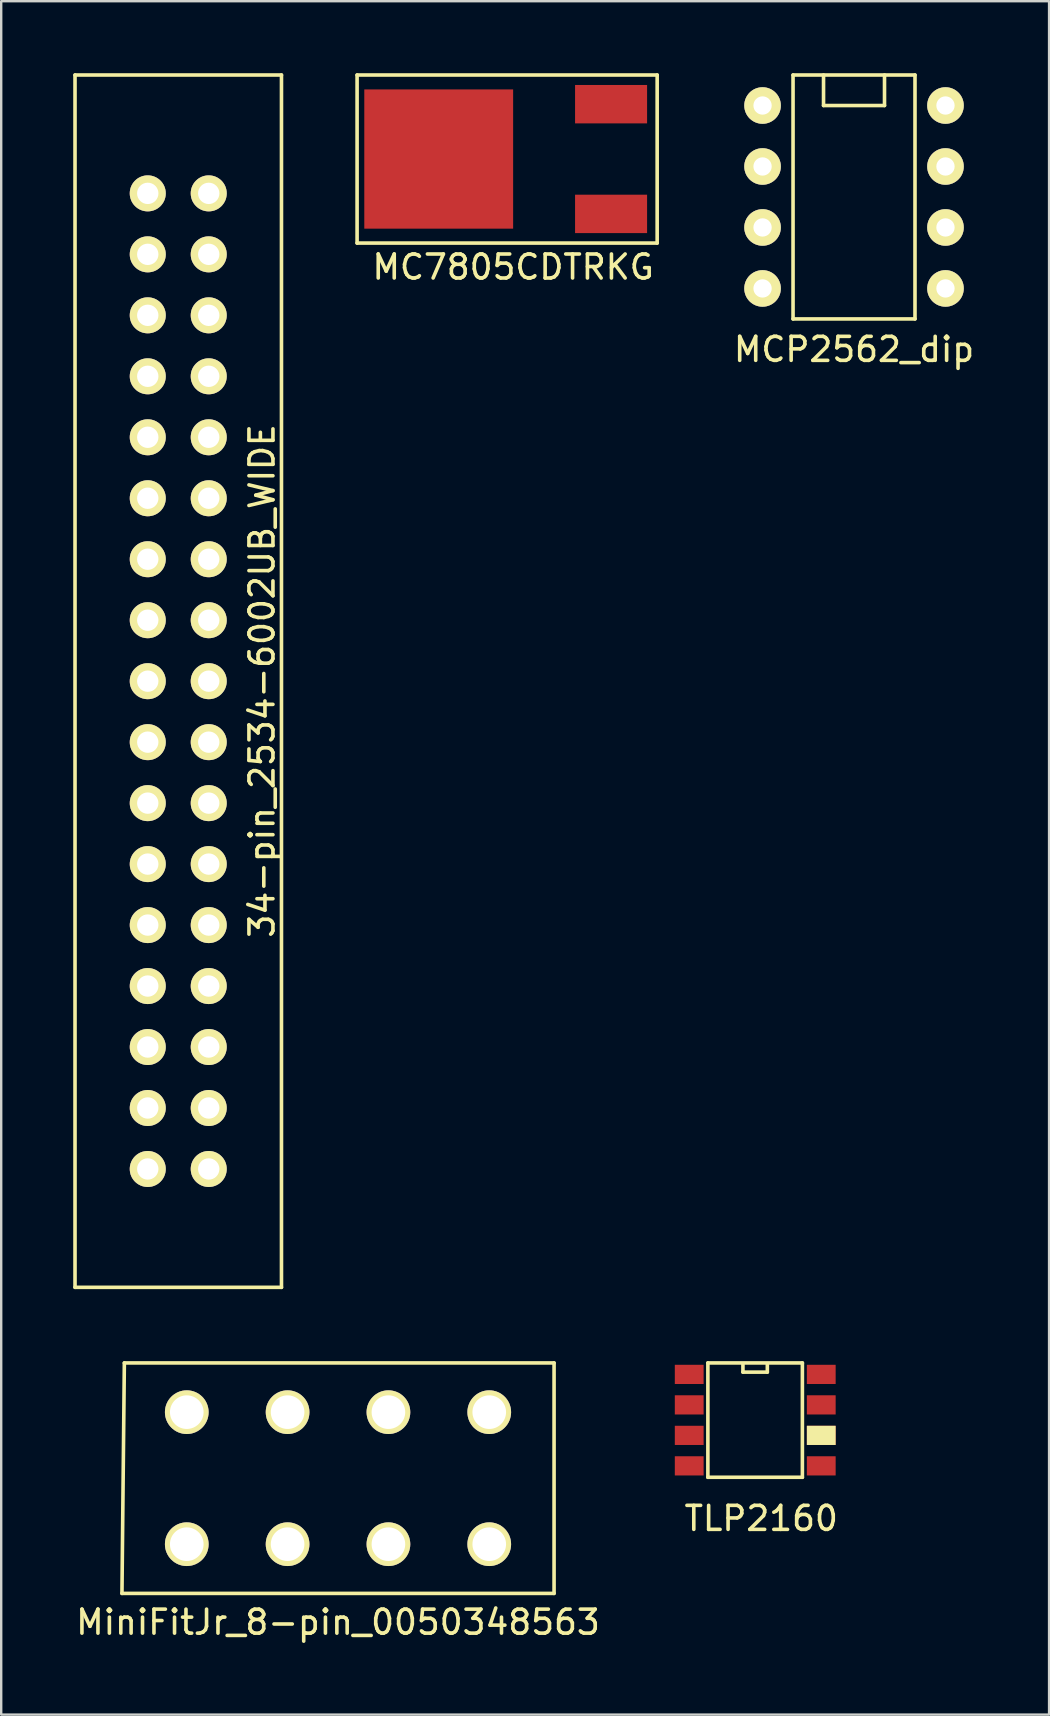
<source format=kicad_pcb>
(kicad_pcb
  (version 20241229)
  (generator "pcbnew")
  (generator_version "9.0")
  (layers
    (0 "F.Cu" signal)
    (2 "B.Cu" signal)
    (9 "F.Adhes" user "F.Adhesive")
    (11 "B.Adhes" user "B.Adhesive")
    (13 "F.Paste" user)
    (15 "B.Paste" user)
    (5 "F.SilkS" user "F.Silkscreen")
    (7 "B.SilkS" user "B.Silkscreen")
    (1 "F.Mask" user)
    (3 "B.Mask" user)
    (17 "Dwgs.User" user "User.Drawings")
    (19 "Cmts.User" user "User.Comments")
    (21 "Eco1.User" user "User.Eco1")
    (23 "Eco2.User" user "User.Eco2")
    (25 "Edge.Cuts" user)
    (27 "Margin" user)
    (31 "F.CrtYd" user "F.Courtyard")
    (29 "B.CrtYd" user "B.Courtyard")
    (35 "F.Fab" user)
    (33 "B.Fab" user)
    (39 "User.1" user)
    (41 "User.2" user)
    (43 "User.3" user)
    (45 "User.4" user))
  (footprint "MC7805CDTRKG"
    (layer "F.Cu")
    (at 18.325 3.575)
    (property "Reference" "MC7805CDTRKG" (at 0 4.5 0) (layer "F.SilkS") (effects (font (size 1 1) (thickness 0.15))))
    (attr through_hole)
    (fp_line (start -6.5 -3.5) (end 6 -3.5) (stroke (width 0.15) (type solid)) (layer "F.SilkS"))
    (fp_line (start -6.5 3.5) (end -6.5 -3.5) (stroke (width 0.15) (type solid)) (layer "F.SilkS"))
    (fp_line (start 6 -3.5) (end 6 3.5) (stroke (width 0.15) (type solid)) (layer "F.SilkS"))
    (fp_line (start 6 3.5) (end -6.5 3.5) (stroke (width 0.15) (type solid)) (layer "F.SilkS"))
    (pad "1" smd rect (at 4.08 2.285) (size 3 1.6) (layers "F.Cu" "F.Mask" "F.Paste"))
    (pad "2" smd rect (at -3.1 0) (size 6.2 5.8) (layers "F.Cu" "F.Mask" "F.Paste"))
    (pad "3" smd rect (at 4.08 -2.285) (size 3 1.6) (layers "F.Cu" "F.Mask" "F.Paste")))
  (footprint "MCP2562_dip"
    (layer "F.Cu")
    (at 32.525 5.155)
    (property "Reference" "MCP2562_dip" (at 0 6.35 0) (layer "F.SilkS") (effects (font (size 1 1) (thickness 0.15))))
    (attr through_hole)
    (fp_line (start -2.54 -5.08) (end 2.54 -5.08) (stroke (width 0.15) (type solid)) (layer "F.SilkS"))
    (fp_line (start -2.54 5.08) (end -2.54 -5.08) (stroke (width 0.15) (type solid)) (layer "F.SilkS"))
    (fp_line (start -1.27 -5.08) (end -1.27 -3.81) (stroke (width 0.15) (type solid)) (layer "F.SilkS"))
    (fp_line (start -1.27 -3.81) (end 1.27 -3.81) (stroke (width 0.15) (type solid)) (layer "F.SilkS"))
    (fp_line (start 1.27 -3.81) (end 1.27 -5.08) (stroke (width 0.15) (type solid)) (layer "F.SilkS"))
    (fp_line (start 2.54 -5.08) (end 2.54 5.08) (stroke (width 0.15) (type solid)) (layer "F.SilkS"))
    (fp_line (start 2.54 5.08) (end -2.54 5.08) (stroke (width 0.15) (type solid)) (layer "F.SilkS"))
    (pad "1" thru_hole circle (at -3.81 -3.81) (size 1.524 1.524) (drill 0.762) (layers "*.Cu" "*.Mask" "F.SilkS"))
    (pad "2" thru_hole circle (at -3.81 -1.27) (size 1.524 1.524) (drill 0.762) (layers "*.Cu" "*.Mask" "F.SilkS"))
    (pad "3" thru_hole circle (at -3.81 1.27) (size 1.524 1.524) (drill 0.762) (layers "*.Cu" "*.Mask" "F.SilkS"))
    (pad "4" thru_hole circle (at -3.81 3.81) (size 1.524 1.524) (drill 0.762) (layers "*.Cu" "*.Mask" "F.SilkS"))
    (pad "5" thru_hole circle (at 3.81 3.81) (size 1.524 1.524) (drill 0.762) (layers "*.Cu" "*.Mask" "F.SilkS"))
    (pad "6" thru_hole circle (at 3.81 1.27) (size 1.524 1.524) (drill 0.762) (layers "*.Cu" "*.Mask" "F.SilkS"))
    (pad "7" thru_hole circle (at 3.81 -1.27) (size 1.524 1.524) (drill 0.762) (layers "*.Cu" "*.Mask" "F.SilkS"))
    (pad "8" thru_hole circle (at 3.81 -3.81) (size 1.524 1.524) (drill 0.762) (layers "*.Cu" "*.Mask" "F.SilkS")))
  (footprint "34-pin_2534-6002UB_WIDE"
    (layer "F.Cu")
    (at 4.375 25.325)
    (property "Reference" "34-pin_2534-6002UB_WIDE" (at 3.49 -0.01 90) (layer "F.SilkS") (effects (font (size 1 1) (thickness 0.15))))
    (attr through_hole)
    (fp_line (start -4.3 -25.25) (end 4.3 -25.25) (stroke (width 0.15) (type solid)) (layer "F.SilkS"))
    (fp_line (start -4.3 25.25) (end -4.3 -25.25) (stroke (width 0.15) (type solid)) (layer "F.SilkS"))
    (fp_line (start 4.3 -25.25) (end 4.3 25.25) (stroke (width 0.15) (type solid)) (layer "F.SilkS"))
    (fp_line (start 4.3 25.25) (end -4.3 25.25) (stroke (width 0.15) (type solid)) (layer "F.SilkS"))
    (pad "1" thru_hole circle (at -1.27 -20.32) (size 1.5 1.5) (drill 0.89) (layers "*.Cu" "*.Mask" "F.SilkS"))
    (pad "2" thru_hole circle (at 1.27 -20.32) (size 1.5 1.5) (drill 0.89) (layers "*.Cu" "*.Mask" "F.SilkS"))
    (pad "3" thru_hole circle (at -1.27 -17.78) (size 1.5 1.5) (drill 0.89) (layers "*.Cu" "*.Mask" "F.SilkS"))
    (pad "4" thru_hole circle (at 1.27 -17.78) (size 1.5 1.5) (drill 0.89) (layers "*.Cu" "*.Mask" "F.SilkS"))
    (pad "5" thru_hole circle (at -1.27 -15.24) (size 1.5 1.5) (drill 0.89) (layers "*.Cu" "*.Mask" "F.SilkS"))
    (pad "6" thru_hole circle (at 1.27 -15.24) (size 1.5 1.5) (drill 0.89) (layers "*.Cu" "*.Mask" "F.SilkS"))
    (pad "7" thru_hole circle (at -1.27 -12.7) (size 1.5 1.5) (drill 0.89) (layers "*.Cu" "*.Mask" "F.SilkS"))
    (pad "8" thru_hole circle (at 1.27 -12.7) (size 1.5 1.5) (drill 0.89) (layers "*.Cu" "*.Mask" "F.SilkS"))
    (pad "9" thru_hole circle (at -1.27 -10.16) (size 1.5 1.5) (drill 0.89) (layers "*.Cu" "*.Mask" "F.SilkS"))
    (pad "10" thru_hole circle (at 1.27 -10.16) (size 1.5 1.5) (drill 0.89) (layers "*.Cu" "*.Mask" "F.SilkS"))
    (pad "11" thru_hole circle (at -1.27 -7.62) (size 1.5 1.5) (drill 0.89) (layers "*.Cu" "*.Mask" "F.SilkS"))
    (pad "12" thru_hole circle (at 1.27 -7.62) (size 1.5 1.5) (drill 0.89) (layers "*.Cu" "*.Mask" "F.SilkS"))
    (pad "13" thru_hole circle (at -1.27 -5.08) (size 1.5 1.5) (drill 0.89) (layers "*.Cu" "*.Mask" "F.SilkS"))
    (pad "14" thru_hole circle (at 1.27 -5.08) (size 1.5 1.5) (drill 0.89) (layers "*.Cu" "*.Mask" "F.SilkS"))
    (pad "15" thru_hole circle (at -1.27 -2.54) (size 1.5 1.5) (drill 0.89) (layers "*.Cu" "*.Mask" "F.SilkS"))
    (pad "16" thru_hole circle (at 1.27 -2.54) (size 1.5 1.5) (drill 0.89) (layers "*.Cu" "*.Mask" "F.SilkS"))
    (pad "17" thru_hole circle (at -1.27 0) (size 1.5 1.5) (drill 0.89) (layers "*.Cu" "*.Mask" "F.SilkS"))
    (pad "18" thru_hole circle (at 1.27 0) (size 1.5 1.5) (drill 0.89) (layers "*.Cu" "*.Mask" "F.SilkS"))
    (pad "19" thru_hole circle (at -1.27 2.54) (size 1.5 1.5) (drill 0.89) (layers "*.Cu" "*.Mask" "F.SilkS"))
    (pad "20" thru_hole circle (at 1.27 2.54) (size 1.5 1.5) (drill 0.89) (layers "*.Cu" "*.Mask" "F.SilkS"))
    (pad "21" thru_hole circle (at -1.27 5.08) (size 1.5 1.5) (drill 0.89) (layers "*.Cu" "*.Mask" "F.SilkS"))
    (pad "22" thru_hole circle (at 1.27 5.08) (size 1.5 1.5) (drill 0.89) (layers "*.Cu" "*.Mask" "F.SilkS"))
    (pad "23" thru_hole circle (at -1.27 7.62) (size 1.5 1.5) (drill 0.89) (layers "*.Cu" "*.Mask" "F.SilkS"))
    (pad "24" thru_hole circle (at 1.27 7.62) (size 1.5 1.5) (drill 0.89) (layers "*.Cu" "*.Mask" "F.SilkS"))
    (pad "25" thru_hole circle (at -1.27 10.16) (size 1.5 1.5) (drill 0.89) (layers "*.Cu" "*.Mask" "F.SilkS"))
    (pad "26" thru_hole circle (at 1.27 10.16) (size 1.5 1.5) (drill 0.89) (layers "*.Cu" "*.Mask" "F.SilkS"))
    (pad "27" thru_hole circle (at -1.27 12.7) (size 1.5 1.5) (drill 0.89) (layers "*.Cu" "*.Mask" "F.SilkS"))
    (pad "28" thru_hole circle (at 1.27 12.7) (size 1.5 1.5) (drill 0.89) (layers "*.Cu" "*.Mask" "F.SilkS"))
    (pad "29" thru_hole circle (at -1.27 15.24) (size 1.5 1.5) (drill 0.89) (layers "*.Cu" "*.Mask" "F.SilkS"))
    (pad "30" thru_hole circle (at 1.27 15.24) (size 1.5 1.5) (drill 0.89) (layers "*.Cu" "*.Mask" "F.SilkS"))
    (pad "31" thru_hole circle (at -1.27 17.78) (size 1.5 1.5) (drill 0.89) (layers "*.Cu" "*.Mask" "F.SilkS"))
    (pad "32" thru_hole circle (at 1.27 17.78) (size 1.5 1.5) (drill 0.89) (layers "*.Cu" "*.Mask" "F.SilkS"))
    (pad "33" thru_hole circle (at -1.27 20.32) (size 1.5 1.5) (drill 0.89) (layers "*.Cu" "*.Mask" "F.SilkS"))
    (pad "34" thru_hole circle (at 1.27 20.32) (size 1.5 1.5) (drill 0.89) (layers "*.Cu" "*.Mask" "F.SilkS")))
  (footprint "TLP2160"
    (layer "F.Cu")
    (at 28.66 56.202)
    (property "Reference" "TLP2160" (at 0 4 0) (layer "F.SilkS") (effects (font (size 1 1) (thickness 0.15))))
    (attr through_hole)
    (fp_line (start -2.223 -2.477) (end -2.223 2.286) (stroke (width 0.15) (type solid)) (layer "F.SilkS"))
    (fp_line (start -2.223 2.286) (end 1.714 2.286) (stroke (width 0.15) (type solid)) (layer "F.SilkS"))
    (fp_line (start -0.762 -2.413) (end -0.762 -2.095) (stroke (width 0.15) (type solid)) (layer "F.SilkS"))
    (fp_line (start -0.762 -2.095) (end 0.254 -2.095) (stroke (width 0.15) (type solid)) (layer "F.SilkS"))
    (fp_line (start 0.254 -2.095) (end 0.254 -2.413) (stroke (width 0.15) (type solid)) (layer "F.SilkS"))
    (fp_line (start 1.714 -2.477) (end -2.223 -2.477) (stroke (width 0.15) (type solid)) (layer "F.SilkS"))
    (fp_line (start 1.714 2.286) (end 1.714 -2.477) (stroke (width 0.15) (type solid)) (layer "F.SilkS"))
    (pad "1" smd rect (at -3 -2) (size 1.2 0.8) (layers "F.Cu" "F.Mask" "F.Paste"))
    (pad "2" smd rect (at -3 -0.73) (size 1.2 0.8) (layers "F.Cu" "F.Mask" "F.Paste"))
    (pad "3" smd rect (at -3 0.54) (size 1.2 0.8) (layers "F.Cu" "F.Mask" "F.Paste"))
    (pad "4" smd rect (at -3 1.81) (size 1.2 0.8) (layers "F.Cu" "F.Mask" "F.Paste"))
    (pad "5" smd rect (at 2.5 1.81) (size 1.2 0.8) (layers "F.Cu" "F.Mask" "F.Paste"))
    (pad "7" smd rect (at 2.5 -0.73) (size 1.2 0.8) (layers "F.Cu" "F.Mask" "F.Paste"))
    (pad "7" smd rect (at 2.5 0.54) (size 1.2 0.8) (layers "F.Cu" "F.Mask" "F.SilkS" "F.Paste"))
    (pad "8" smd rect (at 2.5 -2) (size 1.2 0.8) (layers "F.Cu" "F.Mask" "F.Paste")))
  (footprint "MiniFitJr_8-pin_0050348563"
    (layer "F.Cu")
    (at 11.03 58.525)
    (property "Reference" "MiniFitJr_8-pin_0050348563" (at 0 6 0) (layer "F.SilkS") (effects (font (size 1 1) (thickness 0.15))))
    (attr through_hole)
    (fp_line (start -9 4.8) (end -8.9 -4.8) (stroke (width 0.15) (type solid)) (layer "F.SilkS"))
    (fp_line (start -8.9 -4.8) (end 9 -4.8) (stroke (width 0.15) (type solid)) (layer "F.SilkS"))
    (fp_line (start 9 -4.8) (end 9 4.8) (stroke (width 0.15) (type solid)) (layer "F.SilkS"))
    (fp_line (start 9 4.8) (end -9 4.8) (stroke (width 0.15) (type solid)) (layer "F.SilkS"))
    (pad "1" thru_hole circle (at -6.3 2.75) (size 1.82 1.82) (drill 1.4) (layers "*.Cu" "*.Mask" "F.SilkS"))
    (pad "2" thru_hole circle (at -6.3 -2.75) (size 1.82 1.82) (drill 1.4) (layers "*.Cu" "*.Mask" "F.SilkS"))
    (pad "3" thru_hole circle (at -2.1 2.75) (size 1.82 1.82) (drill 1.4) (layers "*.Cu" "*.Mask" "F.SilkS"))
    (pad "4" thru_hole circle (at -2.1 -2.75) (size 1.82 1.82) (drill 1.4) (layers "*.Cu" "*.Mask" "F.SilkS"))
    (pad "5" thru_hole circle (at 2.1 2.75) (size 1.82 1.82) (drill 1.4) (layers "*.Cu" "*.Mask" "F.SilkS"))
    (pad "6" thru_hole circle (at 2.1 -2.75) (size 1.82 1.82) (drill 1.4) (layers "*.Cu" "*.Mask" "F.SilkS"))
    (pad "7" thru_hole circle (at 6.3 2.75) (size 1.82 1.82) (drill 1.4) (layers "*.Cu" "*.Mask" "F.SilkS"))
    (pad "8" thru_hole circle (at 6.3 -2.75) (size 1.82 1.82) (drill 1.4) (layers "*.Cu" "*.Mask" "F.SilkS")))
  (gr_rect
    (start -3 -3)
    (end 40.65 68.373)
    (stroke (width 0.1) (type default))
    (fill no)
    (layer "Edge.Cuts")))
</source>
